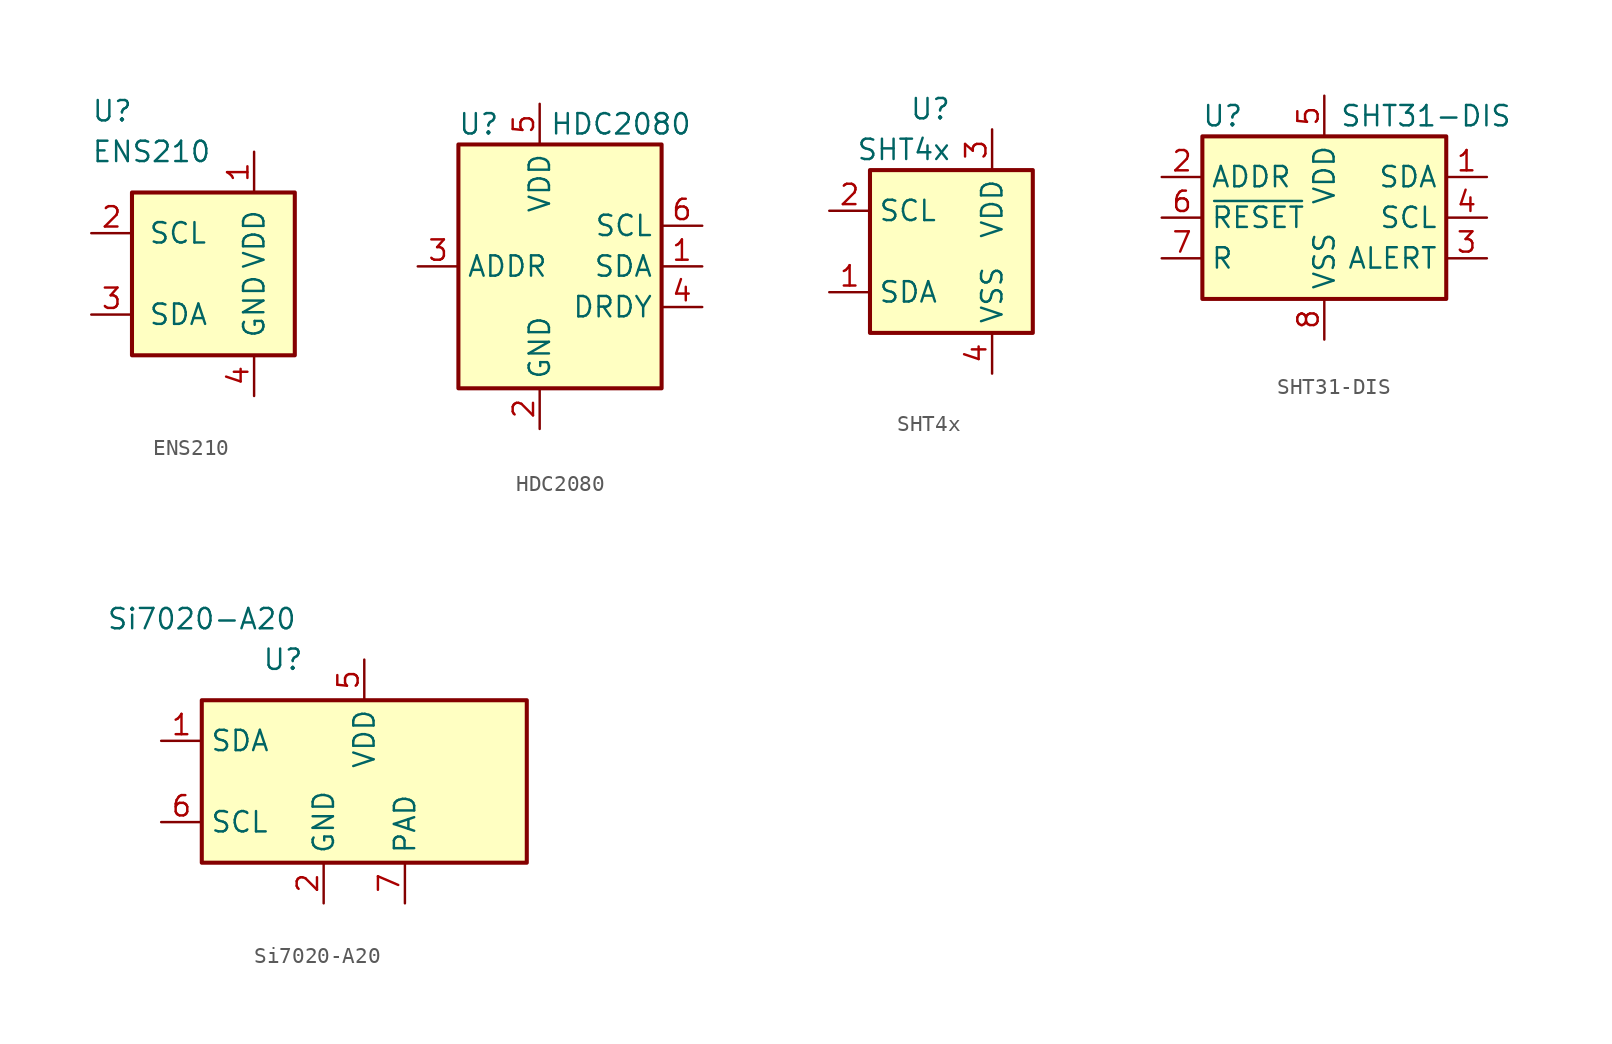
<source format=kicad_sym>
(kicad_symbol_lib
  (version 20211014)
  (generator kicad_symbol_editor)
  (symbol "ENS210"
    (pin_names
      (offset 1.016))
    (property "Reference" "U"
      (at -7.62 10.16 0)
      (effects (font (size 1.27 1.27)) (justify left)))
    (property "Value" "ENS210"
      (at -7.62 7.62 0)
      (effects (font (size 1.27 1.27)) (justify left)))
    (symbol "ENS210_0_1"
      (rectangle (start -5.08 5.08) (end 5.08 -5.08) (stroke (width 0.254) (type default) (color 0 0 0 0)) (fill (type background))))
    (symbol "ENS210_1_1"
      (pin power_in line (at 2.54 7.62 270) (length 2.54) (name "VDD" (effects (font (size 1.27 1.27)))) (number "1" (effects (font (size 1.27 1.27)))))
      (pin input line (at -7.62 2.54 0) (length 2.54) (name "SCL" (effects (font (size 1.27 1.27)))) (number "2" (effects (font (size 1.27 1.27)))))
      (pin bidirectional line (at -7.62 -2.54 0) (length 2.54) (name "SDA" (effects (font (size 1.27 1.27)))) (number "3" (effects (font (size 1.27 1.27)))))
      (pin power_in line (at 2.54 -7.62 90) (length 2.54) (name "GND" (effects (font (size 1.27 1.27)))) (number "4" (effects (font (size 1.27 1.27)))))
      (pin passive line (at 2.54 -7.62 90) (length 2.54) hide (name "GND" (effects (font (size 1.27 1.27)))) (number "5" (effects (font (size 1.27 1.27)))))))
  (symbol "HDC2080"
    (property "Reference" "U"
      (at -6.35 8.89 0)
      (effects (font (size 1.27 1.27))))
    (property "Value" "HDC2080"
      (at 2.54 8.89 0)
      (effects (font (size 1.27 1.27))))
    (symbol "HDC2080_0_1"
      (rectangle (start -7.62 7.62) (end 5.08 -7.62) (stroke (width 0.254) (type default) (color 0 0 0 0)) (fill (type background))))
    (symbol "HDC2080_1_1"
      (pin bidirectional line (at 7.62 0 180) (length 2.54) (name "SDA" (effects (font (size 1.27 1.27)))) (number "1" (effects (font (size 1.27 1.27)))))
      (pin power_in line (at -2.54 -10.16 90) (length 2.54) (name "GND" (effects (font (size 1.27 1.27)))) (number "2" (effects (font (size 1.27 1.27)))))
      (pin input line (at -10.16 0 0) (length 2.54) (name "ADDR" (effects (font (size 1.27 1.27)))) (number "3" (effects (font (size 1.27 1.27)))))
      (pin output line (at 7.62 -2.54 180) (length 2.54) (name "DRDY" (effects (font (size 1.27 1.27)))) (number "4" (effects (font (size 1.27 1.27)))))
      (pin power_in line (at -2.54 10.16 270) (length 2.54) (name "VDD" (effects (font (size 1.27 1.27)))) (number "5" (effects (font (size 1.27 1.27)))))
      (pin input line (at 7.62 2.54 180) (length 2.54) (name "SCL" (effects (font (size 1.27 1.27)))) (number "6" (effects (font (size 1.27 1.27)))))
      (pin no_connect line (at -10.16 -2.54 0) (length 2.54) hide (name "PAD" (effects (font (size 1.27 1.27)))) (number "7" (effects (font (size 1.27 1.27)))))))
  (symbol "SHT4x"
    (property "Reference" "U"
      (at 0 8.89 0)
      (effects (font (size 1.27 1.27)) (justify right)))
    (property "Value" "SHT4x"
      (at 0 6.35 0)
      (effects (font (size 1.27 1.27)) (justify right)))
    (symbol "SHT4x_1_1"
      (rectangle (start -5.08 5.08) (end 5.08 -5.08) (stroke (width 0.254) (type default) (color 0 0 0 0)) (fill (type background)))
      (pin bidirectional line (at -7.62 -2.54 0) (length 2.54) (name "SDA" (effects (font (size 1.27 1.27)))) (number "1" (effects (font (size 1.27 1.27)))))
      (pin input line (at -7.62 2.54 0) (length 2.54) (name "SCL" (effects (font (size 1.27 1.27)))) (number "2" (effects (font (size 1.27 1.27)))))
      (pin power_in line (at 2.54 7.62 270) (length 2.54) (name "VDD" (effects (font (size 1.27 1.27)))) (number "3" (effects (font (size 1.27 1.27)))))
      (pin power_in line (at 2.54 -7.62 90) (length 2.54) (name "VSS" (effects (font (size 1.27 1.27)))) (number "4" (effects (font (size 1.27 1.27)))))))
  (symbol "SHT31-DIS"
    (property "Reference" "U"
      (at -6.35 6.35 0)
      (effects (font (size 1.27 1.27))))
    (property "Value" "SHT31-DIS"
      (at 6.35 6.35 0)
      (effects (font (size 1.27 1.27))))
    (symbol "SHT31-DIS_0_1"
      (rectangle (start -7.62 5.08) (end 7.62 -5.08) (stroke (width 0.254) (type default) (color 0 0 0 0)) (fill (type background))))
    (symbol "SHT31-DIS_1_1"
      (pin bidirectional line (at 10.16 2.54 180) (length 2.54) (name "SDA" (effects (font (size 1.27 1.27)))) (number "1" (effects (font (size 1.27 1.27)))))
      (pin input line (at -10.16 2.54 0) (length 2.54) (name "ADDR" (effects (font (size 1.27 1.27)))) (number "2" (effects (font (size 1.27 1.27)))))
      (pin output line (at 10.16 -2.54 180) (length 2.54) (name "ALERT" (effects (font (size 1.27 1.27)))) (number "3" (effects (font (size 1.27 1.27)))))
      (pin input line (at 10.16 0 180) (length 2.54) (name "SCL" (effects (font (size 1.27 1.27)))) (number "4" (effects (font (size 1.27 1.27)))))
      (pin power_in line (at 0 7.62 270) (length 2.54) (name "VDD" (effects (font (size 1.27 1.27)))) (number "5" (effects (font (size 1.27 1.27)))))
      (pin input line (at -10.16 0 0) (length 2.54) (name "~{RESET}" (effects (font (size 1.27 1.27)))) (number "6" (effects (font (size 1.27 1.27)))))
      (pin passive line (at -10.16 -2.54 0) (length 2.54) (name "R" (effects (font (size 1.27 1.27)))) (number "7" (effects (font (size 1.27 1.27)))))
      (pin power_in line (at 0 -7.62 90) (length 2.54) (name "VSS" (effects (font (size 1.27 1.27)))) (number "8" (effects (font (size 1.27 1.27)))))
      (pin passive line (at 0 -7.62 90) (length 2.54) hide (name "VSS" (effects (font (size 1.27 1.27)))) (number "9" (effects (font (size 1.27 1.27)))))))
  (symbol "Si7020-A20"
    (property "Reference" "U"
      (at -5.08 7.62 0)
      (effects (font (size 1.27 1.27))))
    (property "Value" "Si7020-A20"
      (at -10.16 10.16 0)
      (effects (font (size 1.27 1.27))))
    (symbol "Si7020-A20_0_1"
      (rectangle (start -10.16 5.08) (end 10.16 -5.08) (stroke (width 0.254) (type default) (color 0 0 0 0)) (fill (type background))))
    (symbol "Si7020-A20_1_1"
      (pin bidirectional line (at -12.7 2.54 0) (length 2.54) (name "SDA" (effects (font (size 1.27 1.27)))) (number "1" (effects (font (size 1.27 1.27)))))
      (pin power_in line (at -2.54 -7.62 90) (length 2.54) (name "GND" (effects (font (size 1.27 1.27)))) (number "2" (effects (font (size 1.27 1.27)))))
      (pin no_connect line (at 10.16 2.54 180) (length 2.54) hide (name "NC" (effects (font (size 1.27 1.27)))) (number "3" (effects (font (size 1.27 1.27)))))
      (pin no_connect line (at 10.16 -2.54 180) (length 2.54) hide (name "NC" (effects (font (size 1.27 1.27)))) (number "4" (effects (font (size 1.27 1.27)))))
      (pin power_in line (at 0 7.62 270) (length 2.54) (name "VDD" (effects (font (size 1.27 1.27)))) (number "5" (effects (font (size 1.27 1.27)))))
      (pin input line (at -12.7 -2.54 0) (length 2.54) (name "SCL" (effects (font (size 1.27 1.27)))) (number "6" (effects (font (size 1.27 1.27)))))
      (pin passive line (at 2.54 -7.62 90) (length 2.54) (name "PAD" (effects (font (size 1.27 1.27)))) (number "7" (effects (font (size 1.27 1.27))))))))
</source>
